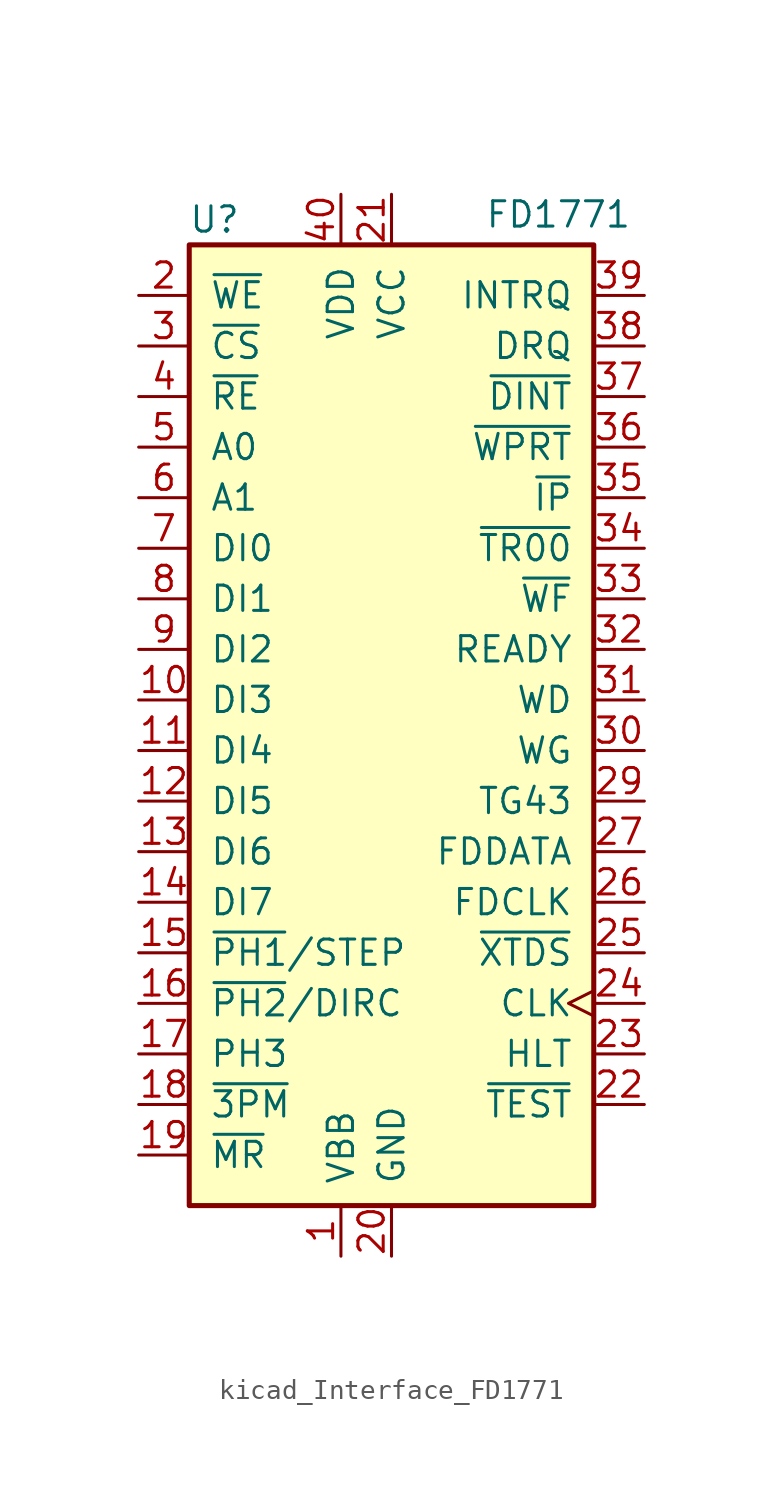
<source format=kicad_sym>
(kicad_symbol_lib
  (version 20220914)
  (generator kicad_symbol_editor)
  (symbol "kicad_Interface_FD1771"
    (pin_names
      (offset 1.016))
    (property "Reference" "U"
      (at -8.89 24.13 0)
      (effects (font (size 1.27 1.27))))
    (property "Value" "FD1771"
      (at 8.382 24.384 0)
      (effects (font (size 1.27 1.27))))
    (symbol "kicad_Interface_FD1771_0_1"
      (rectangle (start -10.16 22.86) (end 10.16 -25.4) (stroke (width 0.254) (type default)) (fill (type background))))
    (symbol "kicad_Interface_FD1771_1_1"
      (pin power_in line (at -2.54 -27.94 90) (length 2.54) (name "VBB" (effects (font (size 1.27 1.27)))) (number "1" (effects (font (size 1.27 1.27)))))
      (pin tri_state line (at -12.7 0 0) (length 2.54) (name "DI3" (effects (font (size 1.27 1.27)))) (number "10" (effects (font (size 1.27 1.27)))))
      (pin tri_state line (at -12.7 -2.54 0) (length 2.54) (name "DI4" (effects (font (size 1.27 1.27)))) (number "11" (effects (font (size 1.27 1.27)))))
      (pin tri_state line (at -12.7 -5.08 0) (length 2.54) (name "DI5" (effects (font (size 1.27 1.27)))) (number "12" (effects (font (size 1.27 1.27)))))
      (pin tri_state line (at -12.7 -7.62 0) (length 2.54) (name "DI6" (effects (font (size 1.27 1.27)))) (number "13" (effects (font (size 1.27 1.27)))))
      (pin tri_state line (at -12.7 -10.16 0) (length 2.54) (name "DI7" (effects (font (size 1.27 1.27)))) (number "14" (effects (font (size 1.27 1.27)))))
      (pin output line (at -12.7 -12.7 0) (length 2.54) (name "~{PH1}/STEP" (effects (font (size 1.27 1.27)))) (number "15" (effects (font (size 1.27 1.27)))))
      (pin output line (at -12.7 -15.24 0) (length 2.54) (name "~{PH2}/DIRC" (effects (font (size 1.27 1.27)))) (number "16" (effects (font (size 1.27 1.27)))))
      (pin output line (at -12.7 -17.78 0) (length 2.54) (name "PH3" (effects (font (size 1.27 1.27)))) (number "17" (effects (font (size 1.27 1.27)))))
      (pin input line (at -12.7 -20.32 0) (length 2.54) (name "~{3PM}" (effects (font (size 1.27 1.27)))) (number "18" (effects (font (size 1.27 1.27)))))
      (pin input line (at -12.7 -22.86 0) (length 2.54) (name "~{MR}" (effects (font (size 1.27 1.27)))) (number "19" (effects (font (size 1.27 1.27)))))
      (pin input line (at -12.7 20.32 0) (length 2.54) (name "~{WE}" (effects (font (size 1.27 1.27)))) (number "2" (effects (font (size 1.27 1.27)))))
      (pin power_in line (at 0 -27.94 90) (length 2.54) (name "GND" (effects (font (size 1.27 1.27)))) (number "20" (effects (font (size 1.27 1.27)))))
      (pin power_in line (at 0 25.4 270) (length 2.54) (name "VCC" (effects (font (size 1.27 1.27)))) (number "21" (effects (font (size 1.27 1.27)))))
      (pin input line (at 12.7 -20.32 180) (length 2.54) (name "~{TEST}" (effects (font (size 1.27 1.27)))) (number "22" (effects (font (size 1.27 1.27)))))
      (pin input line (at 12.7 -17.78 180) (length 2.54) (name "HLT" (effects (font (size 1.27 1.27)))) (number "23" (effects (font (size 1.27 1.27)))))
      (pin input clock (at 12.7 -15.24 180) (length 2.54) (name "CLK" (effects (font (size 1.27 1.27)))) (number "24" (effects (font (size 1.27 1.27)))))
      (pin input line (at 12.7 -12.7 180) (length 2.54) (name "~{XTDS}" (effects (font (size 1.27 1.27)))) (number "25" (effects (font (size 1.27 1.27)))))
      (pin input line (at 12.7 -10.16 180) (length 2.54) (name "FDCLK" (effects (font (size 1.27 1.27)))) (number "26" (effects (font (size 1.27 1.27)))))
      (pin input line (at 12.7 -7.62 180) (length 2.54) (name "FDDATA" (effects (font (size 1.27 1.27)))) (number "27" (effects (font (size 1.27 1.27)))))
      (pin output line (at 12.7 -5.08 180) (length 2.54) (name "TG43" (effects (font (size 1.27 1.27)))) (number "29" (effects (font (size 1.27 1.27)))))
      (pin input line (at -12.7 17.78 0) (length 2.54) (name "~{CS}" (effects (font (size 1.27 1.27)))) (number "3" (effects (font (size 1.27 1.27)))))
      (pin output line (at 12.7 -2.54 180) (length 2.54) (name "WG" (effects (font (size 1.27 1.27)))) (number "30" (effects (font (size 1.27 1.27)))))
      (pin output line (at 12.7 0 180) (length 2.54) (name "WD" (effects (font (size 1.27 1.27)))) (number "31" (effects (font (size 1.27 1.27)))))
      (pin input line (at 12.7 2.54 180) (length 2.54) (name "READY" (effects (font (size 1.27 1.27)))) (number "32" (effects (font (size 1.27 1.27)))))
      (pin input line (at 12.7 5.08 180) (length 2.54) (name "~{WF}" (effects (font (size 1.27 1.27)))) (number "33" (effects (font (size 1.27 1.27)))))
      (pin input line (at 12.7 7.62 180) (length 2.54) (name "~{TR00}" (effects (font (size 1.27 1.27)))) (number "34" (effects (font (size 1.27 1.27)))))
      (pin input line (at 12.7 10.16 180) (length 2.54) (name "~{IP}" (effects (font (size 1.27 1.27)))) (number "35" (effects (font (size 1.27 1.27)))))
      (pin input line (at 12.7 12.7 180) (length 2.54) (name "~{WPRT}" (effects (font (size 1.27 1.27)))) (number "36" (effects (font (size 1.27 1.27)))))
      (pin input line (at 12.7 15.24 180) (length 2.54) (name "~{DINT}" (effects (font (size 1.27 1.27)))) (number "37" (effects (font (size 1.27 1.27)))))
      (pin output line (at 12.7 17.78 180) (length 2.54) (name "DRQ" (effects (font (size 1.27 1.27)))) (number "38" (effects (font (size 1.27 1.27)))))
      (pin input line (at 12.7 20.32 180) (length 2.54) (name "INTRQ" (effects (font (size 1.27 1.27)))) (number "39" (effects (font (size 1.27 1.27)))))
      (pin input line (at -12.7 15.24 0) (length 2.54) (name "~{RE}" (effects (font (size 1.27 1.27)))) (number "4" (effects (font (size 1.27 1.27)))))
      (pin power_in line (at -2.54 25.4 270) (length 2.54) (name "VDD" (effects (font (size 1.27 1.27)))) (number "40" (effects (font (size 1.27 1.27)))))
      (pin input line (at -12.7 12.7 0) (length 2.54) (name "A0" (effects (font (size 1.27 1.27)))) (number "5" (effects (font (size 1.27 1.27)))))
      (pin input line (at -12.7 10.16 0) (length 2.54) (name "A1" (effects (font (size 1.27 1.27)))) (number "6" (effects (font (size 1.27 1.27)))))
      (pin tri_state line (at -12.7 7.62 0) (length 2.54) (name "DI0" (effects (font (size 1.27 1.27)))) (number "7" (effects (font (size 1.27 1.27)))))
      (pin tri_state line (at -12.7 5.08 0) (length 2.54) (name "DI1" (effects (font (size 1.27 1.27)))) (number "8" (effects (font (size 1.27 1.27)))))
      (pin tri_state line (at -12.7 2.54 0) (length 2.54) (name "DI2" (effects (font (size 1.27 1.27)))) (number "9" (effects (font (size 1.27 1.27))))))))
</source>
